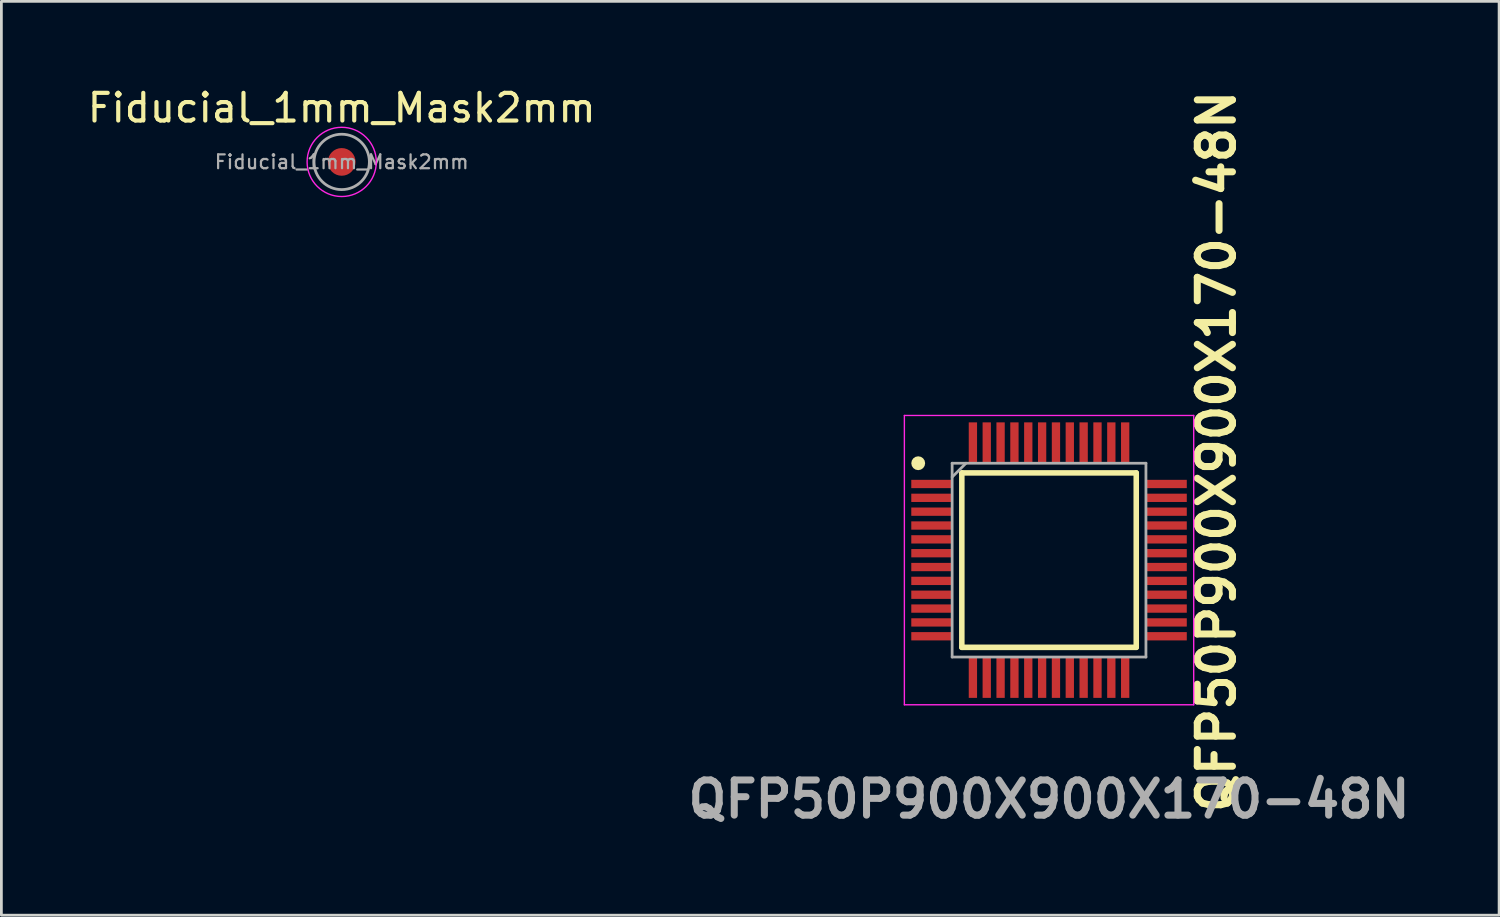
<source format=kicad_pcb>
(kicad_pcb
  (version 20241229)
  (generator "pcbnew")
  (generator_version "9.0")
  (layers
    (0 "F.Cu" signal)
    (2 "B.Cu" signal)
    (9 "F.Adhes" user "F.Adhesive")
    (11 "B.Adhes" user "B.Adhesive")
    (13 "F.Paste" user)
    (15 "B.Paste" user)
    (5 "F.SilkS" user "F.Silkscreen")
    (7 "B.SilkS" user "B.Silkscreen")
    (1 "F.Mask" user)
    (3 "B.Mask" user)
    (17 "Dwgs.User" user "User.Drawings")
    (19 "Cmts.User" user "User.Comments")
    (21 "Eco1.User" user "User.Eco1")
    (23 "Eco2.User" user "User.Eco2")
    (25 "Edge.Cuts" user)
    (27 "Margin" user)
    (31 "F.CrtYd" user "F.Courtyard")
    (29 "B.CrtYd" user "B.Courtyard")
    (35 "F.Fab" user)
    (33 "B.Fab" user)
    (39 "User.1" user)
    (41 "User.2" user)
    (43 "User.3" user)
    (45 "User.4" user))
  (footprint "Fiducial_1mm_Mask2mm"
    (layer "F.Cu")
    (at 9.292 2.798)
    (property "Reference" "Fiducial_1mm_Mask2mm" (at 0 -1.95 0) (layer "F.SilkS") (effects (font (size 1 1) (thickness 0.15))))
    (attr smd exclude_from_bom)
    (fp_circle (center 0 0) (end 1.25 0) (stroke (width 0.05) (type solid)) (fill no) (layer "F.CrtYd"))
    (fp_circle (center 0 0) (end 1 0) (stroke (width 0.1) (type solid)) (fill no) (layer "F.Fab"))
    (fp_text user "${REFERENCE}" (at 0 0 0) (layer "F.Fab") (effects (font (size 0.5 0.5) (thickness 0.08))))
    (pad "" smd circle (at 0 0) (size 1 1) (layers "F.Cu" "F.Mask")))
  (footprint "QFP50P900X900X170-48N"
    (layer "F.Cu")
    (at 34.84 17.181)
    (property "Reference" "QFP50P900X900X170-48N" (at 6.05 -3.925 90) (layer "F.SilkS") (effects (font (size 1.27 1.27) (thickness 0.254))))
    (attr smd)
    (fp_line (start -3.15 -3.15) (end 3.15 -3.15) (stroke (width 0.2) (type solid)) (layer "F.SilkS"))
    (fp_line (start -3.15 3.15) (end -3.15 -3.15) (stroke (width 0.2) (type solid)) (layer "F.SilkS"))
    (fp_line (start 3.15 -3.15) (end 3.15 3.15) (stroke (width 0.2) (type solid)) (layer "F.SilkS"))
    (fp_line (start 3.15 3.15) (end -3.15 3.15) (stroke (width 0.2) (type solid)) (layer "F.SilkS"))
    (fp_circle (center -4.725 -3.5) (end -4.725 -3.375) (stroke (width 0.25) (type solid)) (fill no) (layer "F.SilkS"))
    (fp_line (start -5.225 -5.225) (end 5.225 -5.225) (stroke (width 0.05) (type solid)) (layer "F.CrtYd"))
    (fp_line (start -5.225 5.225) (end -5.225 -5.225) (stroke (width 0.05) (type solid)) (layer "F.CrtYd"))
    (fp_line (start 5.225 -5.225) (end 5.225 5.225) (stroke (width 0.05) (type solid)) (layer "F.CrtYd"))
    (fp_line (start 5.225 5.225) (end -5.225 5.225) (stroke (width 0.05) (type solid)) (layer "F.CrtYd"))
    (fp_line (start -3.5 -3.5) (end 3.5 -3.5) (stroke (width 0.1) (type solid)) (layer "F.Fab"))
    (fp_line (start -3.5 -3) (end -3 -3.5) (stroke (width 0.1) (type solid)) (layer "F.Fab"))
    (fp_line (start -3.5 3.5) (end -3.5 -3.5) (stroke (width 0.1) (type solid)) (layer "F.Fab"))
    (fp_line (start 3.5 -3.5) (end 3.5 3.5) (stroke (width 0.1) (type solid)) (layer "F.Fab"))
    (fp_line (start 3.5 3.5) (end -3.5 3.5) (stroke (width 0.1) (type solid)) (layer "F.Fab"))
    (fp_text user "${REFERENCE}" (at 0 8.636 0) (layer "F.Fab") (effects (font (size 1.27 1.27) (thickness 0.254))))
    (pad "1" smd rect (at -4.238 -2.75 90) (size 0.3 1.475) (layers "F.Cu" "F.Mask" "F.Paste"))
    (pad "2" smd rect (at -4.238 -2.25 90) (size 0.3 1.475) (layers "F.Cu" "F.Mask" "F.Paste"))
    (pad "3" smd rect (at -4.238 -1.75 90) (size 0.3 1.475) (layers "F.Cu" "F.Mask" "F.Paste"))
    (pad "4" smd rect (at -4.238 -1.25 90) (size 0.3 1.475) (layers "F.Cu" "F.Mask" "F.Paste"))
    (pad "5" smd rect (at -4.238 -0.75 90) (size 0.3 1.475) (layers "F.Cu" "F.Mask" "F.Paste"))
    (pad "6" smd rect (at -4.238 -0.25 90) (size 0.3 1.475) (layers "F.Cu" "F.Mask" "F.Paste"))
    (pad "7" smd rect (at -4.238 0.25 90) (size 0.3 1.475) (layers "F.Cu" "F.Mask" "F.Paste"))
    (pad "8" smd rect (at -4.238 0.75 90) (size 0.3 1.475) (layers "F.Cu" "F.Mask" "F.Paste"))
    (pad "9" smd rect (at -4.238 1.25 90) (size 0.3 1.475) (layers "F.Cu" "F.Mask" "F.Paste"))
    (pad "10" smd rect (at -4.238 1.75 90) (size 0.3 1.475) (layers "F.Cu" "F.Mask" "F.Paste"))
    (pad "11" smd rect (at -4.238 2.25 90) (size 0.3 1.475) (layers "F.Cu" "F.Mask" "F.Paste"))
    (pad "12" smd rect (at -4.238 2.75 90) (size 0.3 1.475) (layers "F.Cu" "F.Mask" "F.Paste"))
    (pad "13" smd rect (at -2.75 4.238) (size 0.3 1.475) (layers "F.Cu" "F.Mask" "F.Paste"))
    (pad "14" smd rect (at -2.25 4.238) (size 0.3 1.475) (layers "F.Cu" "F.Mask" "F.Paste"))
    (pad "15" smd rect (at -1.75 4.238) (size 0.3 1.475) (layers "F.Cu" "F.Mask" "F.Paste"))
    (pad "16" smd rect (at -1.25 4.238) (size 0.3 1.475) (layers "F.Cu" "F.Mask" "F.Paste"))
    (pad "17" smd rect (at -0.75 4.238) (size 0.3 1.475) (layers "F.Cu" "F.Mask" "F.Paste"))
    (pad "18" smd rect (at -0.25 4.238) (size 0.3 1.475) (layers "F.Cu" "F.Mask" "F.Paste"))
    (pad "19" smd rect (at 0.25 4.238) (size 0.3 1.475) (layers "F.Cu" "F.Mask" "F.Paste"))
    (pad "20" smd rect (at 0.75 4.238) (size 0.3 1.475) (layers "F.Cu" "F.Mask" "F.Paste"))
    (pad "21" smd rect (at 1.25 4.238) (size 0.3 1.475) (layers "F.Cu" "F.Mask" "F.Paste"))
    (pad "22" smd rect (at 1.75 4.238) (size 0.3 1.475) (layers "F.Cu" "F.Mask" "F.Paste"))
    (pad "23" smd rect (at 2.25 4.238) (size 0.3 1.475) (layers "F.Cu" "F.Mask" "F.Paste"))
    (pad "24" smd rect (at 2.75 4.238) (size 0.3 1.475) (layers "F.Cu" "F.Mask" "F.Paste"))
    (pad "25" smd rect (at 4.238 2.75 90) (size 0.3 1.475) (layers "F.Cu" "F.Mask" "F.Paste"))
    (pad "26" smd rect (at 4.238 2.25 90) (size 0.3 1.475) (layers "F.Cu" "F.Mask" "F.Paste"))
    (pad "27" smd rect (at 4.238 1.75 90) (size 0.3 1.475) (layers "F.Cu" "F.Mask" "F.Paste"))
    (pad "28" smd rect (at 4.238 1.25 90) (size 0.3 1.475) (layers "F.Cu" "F.Mask" "F.Paste"))
    (pad "29" smd rect (at 4.238 0.75 90) (size 0.3 1.475) (layers "F.Cu" "F.Mask" "F.Paste"))
    (pad "30" smd rect (at 4.238 0.25 90) (size 0.3 1.475) (layers "F.Cu" "F.Mask" "F.Paste"))
    (pad "31" smd rect (at 4.238 -0.25 90) (size 0.3 1.475) (layers "F.Cu" "F.Mask" "F.Paste"))
    (pad "32" smd rect (at 4.238 -0.75 90) (size 0.3 1.475) (layers "F.Cu" "F.Mask" "F.Paste"))
    (pad "33" smd rect (at 4.238 -1.25 90) (size 0.3 1.475) (layers "F.Cu" "F.Mask" "F.Paste"))
    (pad "34" smd rect (at 4.238 -1.75 90) (size 0.3 1.475) (layers "F.Cu" "F.Mask" "F.Paste"))
    (pad "35" smd rect (at 4.238 -2.25 90) (size 0.3 1.475) (layers "F.Cu" "F.Mask" "F.Paste"))
    (pad "36" smd rect (at 4.238 -2.75 90) (size 0.3 1.475) (layers "F.Cu" "F.Mask" "F.Paste"))
    (pad "37" smd rect (at 2.75 -4.238) (size 0.3 1.475) (layers "F.Cu" "F.Mask" "F.Paste"))
    (pad "38" smd rect (at 2.25 -4.238) (size 0.3 1.475) (layers "F.Cu" "F.Mask" "F.Paste"))
    (pad "39" smd rect (at 1.75 -4.238) (size 0.3 1.475) (layers "F.Cu" "F.Mask" "F.Paste"))
    (pad "40" smd rect (at 1.25 -4.238) (size 0.3 1.475) (layers "F.Cu" "F.Mask" "F.Paste"))
    (pad "41" smd rect (at 0.75 -4.238) (size 0.3 1.475) (layers "F.Cu" "F.Mask" "F.Paste"))
    (pad "42" smd rect (at 0.25 -4.238) (size 0.3 1.475) (layers "F.Cu" "F.Mask" "F.Paste"))
    (pad "43" smd rect (at -0.25 -4.238) (size 0.3 1.475) (layers "F.Cu" "F.Mask" "F.Paste"))
    (pad "44" smd rect (at -0.75 -4.238) (size 0.3 1.475) (layers "F.Cu" "F.Mask" "F.Paste"))
    (pad "45" smd rect (at -1.25 -4.238) (size 0.3 1.475) (layers "F.Cu" "F.Mask" "F.Paste"))
    (pad "46" smd rect (at -1.75 -4.238) (size 0.3 1.475) (layers "F.Cu" "F.Mask" "F.Paste"))
    (pad "47" smd rect (at -2.25 -4.238) (size 0.3 1.475) (layers "F.Cu" "F.Mask" "F.Paste"))
    (pad "48" smd rect (at -2.75 -4.238) (size 0.3 1.475) (layers "F.Cu" "F.Mask" "F.Paste")))
  (gr_rect
    (start -3 -3)
    (end 51.096 30.006)
    (stroke (width 0.1) (type default))
    (fill no)
    (layer "Edge.Cuts")))
</source>
